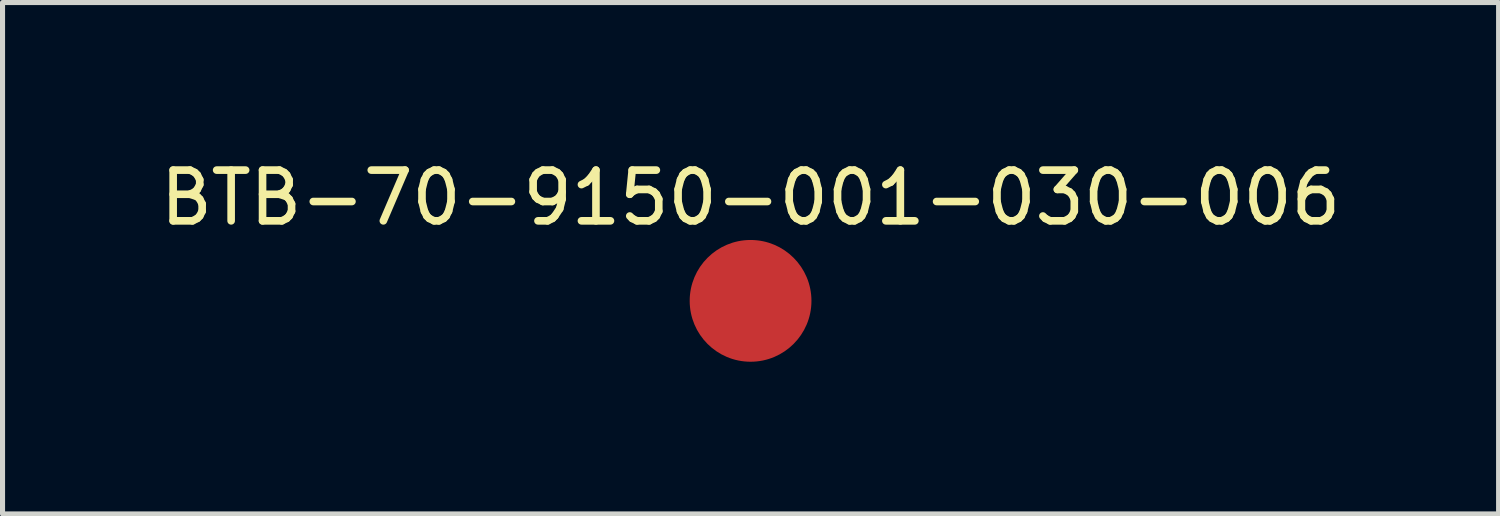
<source format=kicad_pcb>
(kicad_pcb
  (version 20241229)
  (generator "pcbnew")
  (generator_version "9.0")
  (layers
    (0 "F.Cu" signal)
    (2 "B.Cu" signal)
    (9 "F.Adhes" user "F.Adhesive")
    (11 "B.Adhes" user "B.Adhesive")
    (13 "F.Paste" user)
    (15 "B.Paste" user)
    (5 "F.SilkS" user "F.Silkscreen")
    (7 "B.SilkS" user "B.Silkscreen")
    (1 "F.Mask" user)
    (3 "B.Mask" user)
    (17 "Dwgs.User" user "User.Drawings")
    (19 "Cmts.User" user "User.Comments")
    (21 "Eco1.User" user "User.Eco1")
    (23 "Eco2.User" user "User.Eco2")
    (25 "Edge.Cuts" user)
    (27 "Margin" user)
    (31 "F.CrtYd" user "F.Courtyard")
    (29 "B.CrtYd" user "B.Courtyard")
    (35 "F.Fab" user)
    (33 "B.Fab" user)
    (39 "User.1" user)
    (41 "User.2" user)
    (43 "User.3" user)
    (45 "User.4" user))
  (footprint "BTB-70-9150-001-030-006"
    (layer "F.Cu")
    (at 11.744 2.88)
    (property "Reference" "BTB-70-9150-001-030-006" (at 0 -2.032 0) (layer "F.SilkS") (effects (font (size 1 1) (thickness 0.15))))
    (attr through_hole)
    (pad "1" smd circle (at 0 0) (size 2.4 2.4) (layers "F.Cu" "F.Mask" "F.Paste")))
  (gr_rect
    (start -3 -3)
    (end 26.488 7.08)
    (stroke (width 0.1) (type default))
    (fill no)
    (layer "Edge.Cuts")))
</source>
